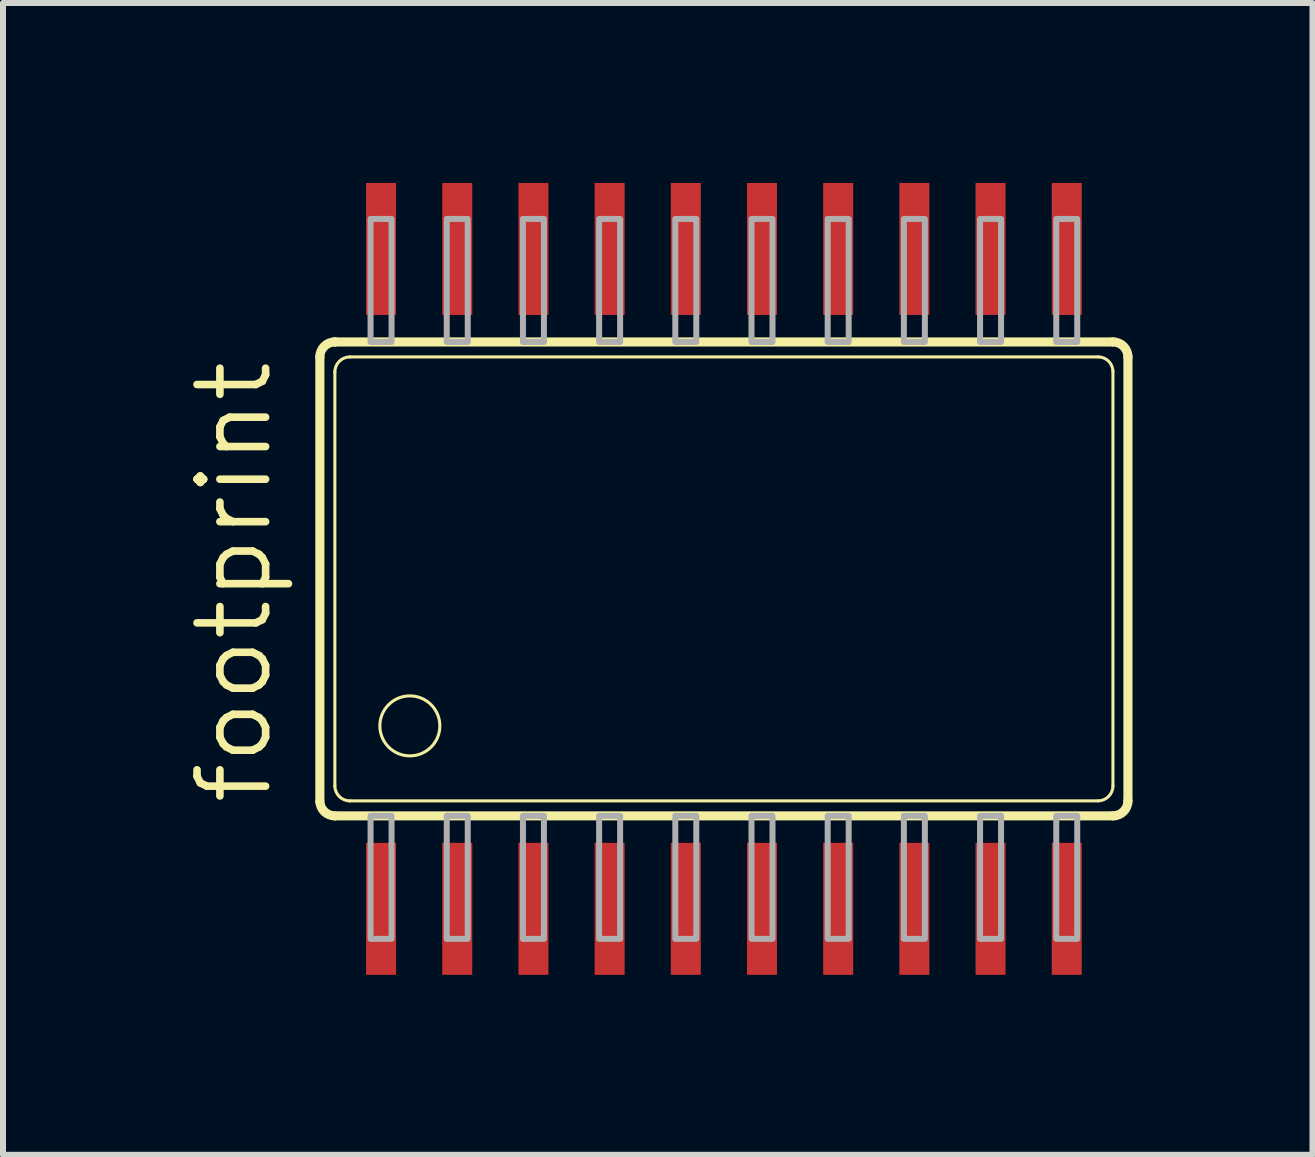
<source format=kicad_pcb>
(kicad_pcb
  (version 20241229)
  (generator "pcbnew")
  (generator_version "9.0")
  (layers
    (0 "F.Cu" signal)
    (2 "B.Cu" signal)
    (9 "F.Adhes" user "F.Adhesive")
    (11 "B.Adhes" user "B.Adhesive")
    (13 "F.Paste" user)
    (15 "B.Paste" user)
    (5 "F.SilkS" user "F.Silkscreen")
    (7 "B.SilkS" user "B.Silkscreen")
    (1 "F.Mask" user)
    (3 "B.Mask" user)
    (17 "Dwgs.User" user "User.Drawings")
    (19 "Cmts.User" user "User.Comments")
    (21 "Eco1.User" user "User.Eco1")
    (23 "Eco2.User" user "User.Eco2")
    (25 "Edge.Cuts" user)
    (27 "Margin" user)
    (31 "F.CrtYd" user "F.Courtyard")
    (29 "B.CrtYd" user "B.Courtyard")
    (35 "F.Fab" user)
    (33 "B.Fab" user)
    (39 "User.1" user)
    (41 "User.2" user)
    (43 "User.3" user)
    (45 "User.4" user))
  (footprint "footprint"
    (layer "F.Cu")
    (at 9.017 6.6)
    (property "Reference" "footprint" (at -7.493 3.81 90) (layer "F.SilkS") (effects (font (size 1.143 1.143) (thickness 0.127)) (justify left bottom)))
    (fp_line (start -6.735 3.71) (end -6.735 -3.7) (stroke (width 0.152) (type solid)) (layer "F.SilkS"))
    (fp_line (start -6.486 -3.95) (end -6.485 -3.95) (stroke (width 0.152) (type solid)) (layer "F.SilkS"))
    (fp_line (start -6.485 -3.95) (end 6.485 -3.95) (stroke (width 0.152) (type solid)) (layer "F.SilkS"))
    (fp_line (start -6.485 3.45) (end -6.485 -3.45) (stroke (width 0.051) (type solid)) (layer "F.SilkS"))
    (fp_line (start -6.235 -3.7) (end 6.245 -3.7) (stroke (width 0.051) (type solid)) (layer "F.SilkS"))
    (fp_line (start 6.235 3.7) (end -6.235 3.7) (stroke (width 0.051) (type solid)) (layer "F.SilkS"))
    (fp_line (start 6.485 -3.46) (end 6.485 3.45) (stroke (width 0.051) (type solid)) (layer "F.SilkS"))
    (fp_line (start 6.485 3.95) (end -6.485 3.95) (stroke (width 0.152) (type solid)) (layer "F.SilkS"))
    (fp_line (start 6.735 -3.7) (end 6.735 3.7) (stroke (width 0.152) (type solid)) (layer "F.SilkS"))
    (fp_arc (start -6.735 -3.7) (mid -6.661777 -3.876777) (end -6.485 -3.95) (stroke (width 0.1524) (type solid)) (layer "F.SilkS"))
    (fp_arc (start -6.485 -3.45) (mid -6.411777 -3.626777) (end -6.235 -3.7) (stroke (width 0.0508) (type solid)) (layer "F.SilkS"))
    (fp_arc (start -6.485 3.95) (mid -6.658333 3.880347) (end -6.735 3.71) (stroke (width 0.1524) (type solid)) (layer "F.SilkS"))
    (fp_arc (start -6.235 3.7) (mid -6.411777 3.626777) (end -6.485 3.45) (stroke (width 0.0508) (type solid)) (layer "F.SilkS"))
    (fp_arc (start 6.245 -3.7) (mid 6.413278 -3.628276) (end 6.485 -3.459998) (stroke (width 0.0508) (type solid)) (layer "F.SilkS"))
    (fp_arc (start 6.485 -3.95) (mid 6.661777 -3.876777) (end 6.735 -3.7) (stroke (width 0.1524) (type solid)) (layer "F.SilkS"))
    (fp_arc (start 6.485 3.45) (mid 6.411777 3.626777) (end 6.235 3.7) (stroke (width 0.0508) (type solid)) (layer "F.SilkS"))
    (fp_arc (start 6.735 3.7) (mid 6.661777 3.876777) (end 6.485 3.95) (stroke (width 0.1524) (type solid)) (layer "F.SilkS"))
    (fp_circle (center -5.235 2.45) (end -4.735 2.45) (stroke (width 0.051) (type solid)) (fill no) (layer "F.SilkS"))
    (fp_poly (pts (xy -5.89 -3.95) (xy -5.54 -3.95) (xy -5.54 -6) (xy -5.89 -6)) (stroke (width 0.1) (type solid)) (fill no) (layer "F.Fab"))
    (fp_poly (pts (xy -5.89 6) (xy -5.54 6) (xy -5.54 3.95) (xy -5.89 3.95)) (stroke (width 0.1) (type solid)) (fill no) (layer "F.Fab"))
    (fp_poly (pts (xy -4.62 -3.95) (xy -4.27 -3.95) (xy -4.27 -6) (xy -4.62 -6)) (stroke (width 0.1) (type solid)) (fill no) (layer "F.Fab"))
    (fp_poly (pts (xy -4.62 6) (xy -4.27 6) (xy -4.27 3.95) (xy -4.62 3.95)) (stroke (width 0.1) (type solid)) (fill no) (layer "F.Fab"))
    (fp_poly (pts (xy -3.35 -3.95) (xy -3 -3.95) (xy -3 -6) (xy -3.35 -6)) (stroke (width 0.1) (type solid)) (fill no) (layer "F.Fab"))
    (fp_poly (pts (xy -3.35 6) (xy -3 6) (xy -3 3.95) (xy -3.35 3.95)) (stroke (width 0.1) (type solid)) (fill no) (layer "F.Fab"))
    (fp_poly (pts (xy -2.08 -3.95) (xy -1.73 -3.95) (xy -1.73 -6) (xy -2.08 -6)) (stroke (width 0.1) (type solid)) (fill no) (layer "F.Fab"))
    (fp_poly (pts (xy -2.08 6) (xy -1.73 6) (xy -1.73 3.95) (xy -2.08 3.95)) (stroke (width 0.1) (type solid)) (fill no) (layer "F.Fab"))
    (fp_poly (pts (xy -0.81 -3.95) (xy -0.46 -3.95) (xy -0.46 -6) (xy -0.81 -6)) (stroke (width 0.1) (type solid)) (fill no) (layer "F.Fab"))
    (fp_poly (pts (xy -0.81 6) (xy -0.46 6) (xy -0.46 3.95) (xy -0.81 3.95)) (stroke (width 0.1) (type solid)) (fill no) (layer "F.Fab"))
    (fp_poly (pts (xy 0.46 -3.95) (xy 0.81 -3.95) (xy 0.81 -6) (xy 0.46 -6)) (stroke (width 0.1) (type solid)) (fill no) (layer "F.Fab"))
    (fp_poly (pts (xy 0.46 6) (xy 0.81 6) (xy 0.81 3.95) (xy 0.46 3.95)) (stroke (width 0.1) (type solid)) (fill no) (layer "F.Fab"))
    (fp_poly (pts (xy 1.73 -3.95) (xy 2.08 -3.95) (xy 2.08 -6) (xy 1.73 -6)) (stroke (width 0.1) (type solid)) (fill no) (layer "F.Fab"))
    (fp_poly (pts (xy 1.73 6) (xy 2.08 6) (xy 2.08 3.95) (xy 1.73 3.95)) (stroke (width 0.1) (type solid)) (fill no) (layer "F.Fab"))
    (fp_poly (pts (xy 3 -3.95) (xy 3.35 -3.95) (xy 3.35 -6) (xy 3 -6)) (stroke (width 0.1) (type solid)) (fill no) (layer "F.Fab"))
    (fp_poly (pts (xy 3 6) (xy 3.35 6) (xy 3.35 3.95) (xy 3 3.95)) (stroke (width 0.1) (type solid)) (fill no) (layer "F.Fab"))
    (fp_poly (pts (xy 4.27 -3.95) (xy 4.62 -3.95) (xy 4.62 -6) (xy 4.27 -6)) (stroke (width 0.1) (type solid)) (fill no) (layer "F.Fab"))
    (fp_poly (pts (xy 4.27 6) (xy 4.62 6) (xy 4.62 3.95) (xy 4.27 3.95)) (stroke (width 0.1) (type solid)) (fill no) (layer "F.Fab"))
    (fp_poly (pts (xy 5.54 -3.95) (xy 5.89 -3.95) (xy 5.89 -6) (xy 5.54 -6)) (stroke (width 0.1) (type solid)) (fill no) (layer "F.Fab"))
    (fp_poly (pts (xy 5.54 6) (xy 5.89 6) (xy 5.89 3.95) (xy 5.54 3.95)) (stroke (width 0.1) (type solid)) (fill no) (layer "F.Fab"))
    (pad "1" smd rect (at -5.715 5.5) (size 0.5 2.2) (layers "F.Cu" "F.Mask" "F.Paste"))
    (pad "2" smd rect (at -4.445 5.5) (size 0.5 2.2) (layers "F.Cu" "F.Mask" "F.Paste"))
    (pad "3" smd rect (at -3.175 5.5) (size 0.5 2.2) (layers "F.Cu" "F.Mask" "F.Paste"))
    (pad "4" smd rect (at -1.905 5.5) (size 0.5 2.2) (layers "F.Cu" "F.Mask" "F.Paste"))
    (pad "5" smd rect (at -0.635 5.5) (size 0.5 2.2) (layers "F.Cu" "F.Mask" "F.Paste"))
    (pad "6" smd rect (at 0.635 5.5) (size 0.5 2.2) (layers "F.Cu" "F.Mask" "F.Paste"))
    (pad "7" smd rect (at 1.905 5.5) (size 0.5 2.2) (layers "F.Cu" "F.Mask" "F.Paste"))
    (pad "8" smd rect (at 3.175 5.5) (size 0.5 2.2) (layers "F.Cu" "F.Mask" "F.Paste"))
    (pad "9" smd rect (at 4.445 5.5) (size 0.5 2.2) (layers "F.Cu" "F.Mask" "F.Paste"))
    (pad "10" smd rect (at 5.715 5.5) (size 0.5 2.2) (layers "F.Cu" "F.Mask" "F.Paste"))
    (pad "11" smd rect (at 5.715 -5.5) (size 0.5 2.2) (layers "F.Cu" "F.Mask" "F.Paste"))
    (pad "12" smd rect (at 4.445 -5.5) (size 0.5 2.2) (layers "F.Cu" "F.Mask" "F.Paste"))
    (pad "13" smd rect (at 3.175 -5.5) (size 0.5 2.2) (layers "F.Cu" "F.Mask" "F.Paste"))
    (pad "14" smd rect (at 1.905 -5.5) (size 0.5 2.2) (layers "F.Cu" "F.Mask" "F.Paste"))
    (pad "15" smd rect (at 0.635 -5.5) (size 0.5 2.2) (layers "F.Cu" "F.Mask" "F.Paste"))
    (pad "16" smd rect (at -0.635 -5.5) (size 0.5 2.2) (layers "F.Cu" "F.Mask" "F.Paste"))
    (pad "17" smd rect (at -1.905 -5.5) (size 0.5 2.2) (layers "F.Cu" "F.Mask" "F.Paste"))
    (pad "18" smd rect (at -3.175 -5.5) (size 0.5 2.2) (layers "F.Cu" "F.Mask" "F.Paste"))
    (pad "19" smd rect (at -4.445 -5.5) (size 0.5 2.2) (layers "F.Cu" "F.Mask" "F.Paste"))
    (pad "20" smd rect (at -5.715 -5.5) (size 0.5 2.2) (layers "F.Cu" "F.Mask" "F.Paste")))
  (gr_rect
    (start -3 -3)
    (end 18.828 16.2)
    (stroke (width 0.1) (type default))
    (fill no)
    (layer "Edge.Cuts")))
</source>
